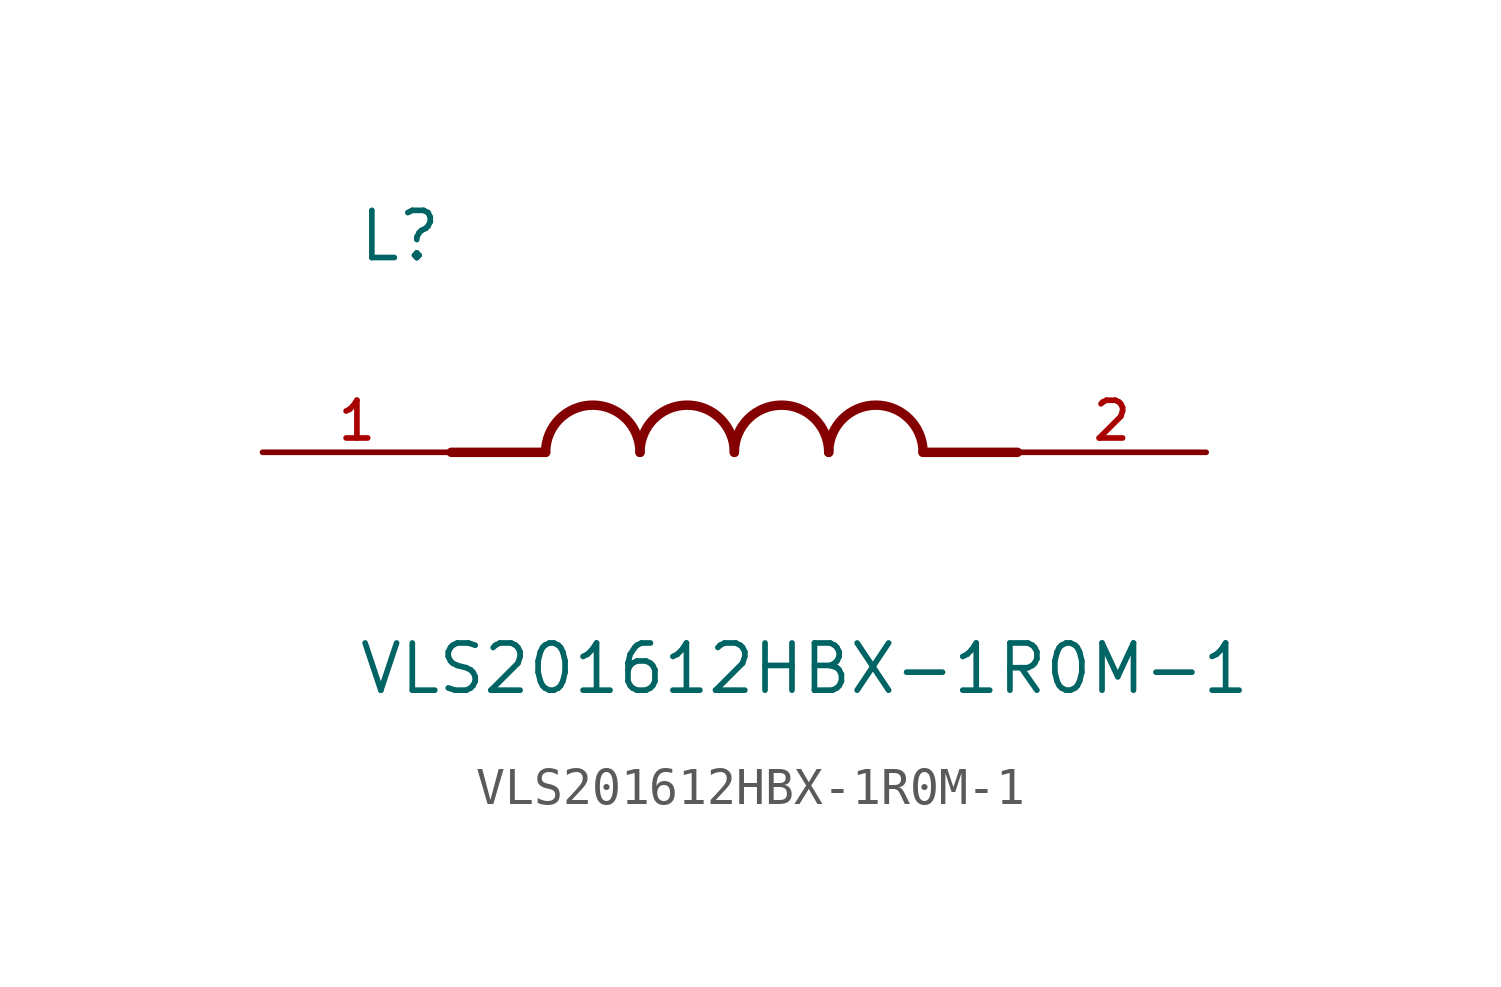
<source format=kicad_sym>
(kicad_symbol_lib
  (version 20211014)
  (generator kicad_symbol_editor)
  (symbol "VLS201612HBX-1R0M-1"
    (pin_names
      (offset 1.016))
    (property "Reference" "L"
      (at -10.16 5.08 0)
      (effects (font (size 1.27 1.27)) (justify bottom left)))
    (property "Value" "VLS201612HBX-1R0M-1"
      (at -10.16 -5.08 0)
      (effects (font (size 1.27 1.27)) (justify top left)))
    (symbol "VLS201612HBX-1R0M-1_0_0"
      (polyline (pts (xy -5.08 0.0) (xy -7.62 0.0)) (stroke (width 0.254)))
      (polyline (pts (xy 5.08 0.0) (xy 7.62 0.0)) (stroke (width 0.254)))
      (arc (start -2.54 0.0) (mid -3.81 1.27) (end -5.08 0.0) (stroke (width 0.254) (type default) (color 0 0 0 0)) (fill (type none)))
      (arc (start 0.0 0.0) (mid -1.27 1.27) (end -2.54 0.0) (stroke (width 0.254) (type default) (color 0 0 0 0)) (fill (type none)))
      (arc (start 2.54 0.0) (mid 1.27 1.27) (end 0.0 0.0) (stroke (width 0.254) (type default) (color 0 0 0 0)) (fill (type none)))
      (arc (start 5.08 0.0) (mid 3.81 1.27) (end 2.54 0.0) (stroke (width 0.254) (type default) (color 0 0 0 0)) (fill (type none)))
      (pin passive line (at -12.7 0.0 0) (length 5.08) (name "~" (effects (font (size 1.016 1.016)))) (number "1" (effects (font (size 1.016 1.016)))))
      (pin passive line (at 12.7 0.0 180.0) (length 5.08) (name "~" (effects (font (size 1.016 1.016)))) (number "2" (effects (font (size 1.016 1.016))))))))
</source>
